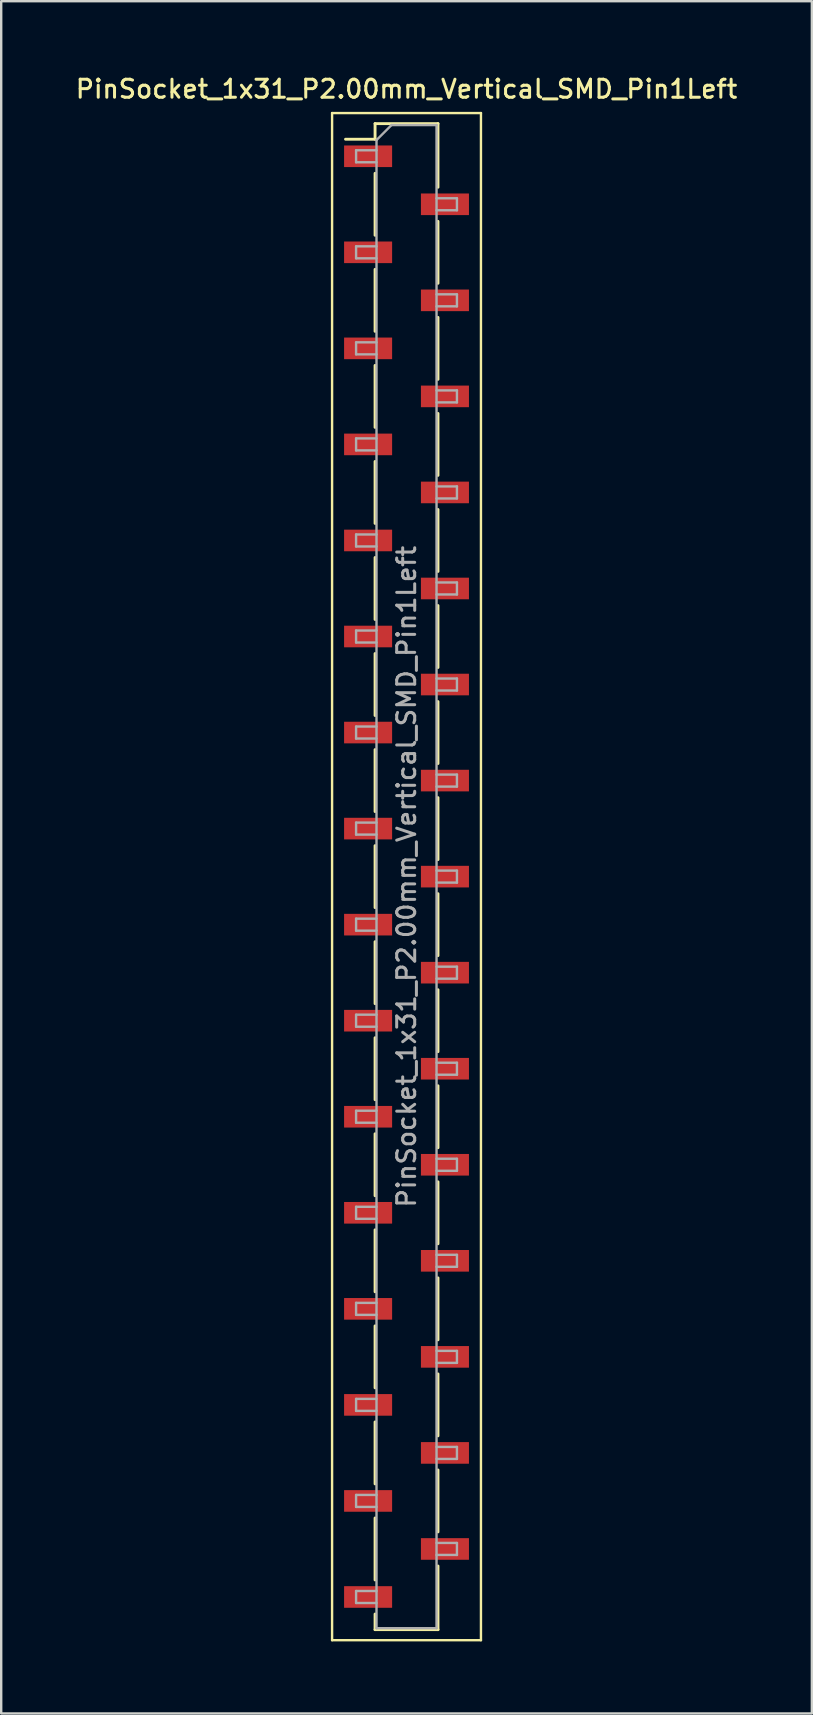
<source format=kicad_pcb>
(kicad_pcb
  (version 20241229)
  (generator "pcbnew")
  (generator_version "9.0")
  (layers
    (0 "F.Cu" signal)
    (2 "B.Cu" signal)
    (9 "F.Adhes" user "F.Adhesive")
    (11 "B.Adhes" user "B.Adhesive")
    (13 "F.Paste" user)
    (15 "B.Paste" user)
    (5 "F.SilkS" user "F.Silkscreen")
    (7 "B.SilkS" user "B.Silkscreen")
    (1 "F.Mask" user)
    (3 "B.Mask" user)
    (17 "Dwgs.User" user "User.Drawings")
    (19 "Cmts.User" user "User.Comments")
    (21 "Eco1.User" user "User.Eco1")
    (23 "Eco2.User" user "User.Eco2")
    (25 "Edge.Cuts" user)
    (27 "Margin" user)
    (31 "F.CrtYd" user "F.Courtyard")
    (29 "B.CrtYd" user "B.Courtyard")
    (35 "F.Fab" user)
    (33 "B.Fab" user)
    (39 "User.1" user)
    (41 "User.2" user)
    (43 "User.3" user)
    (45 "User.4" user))
  (footprint "PinSocket_1x31_P2.00mm_Vertical_SMD_Pin1Left"
    (layer "F.Cu")
    (at 13.88 33.458)
    (property "Reference" "PinSocket_1x31_P2.00mm_Vertical_SMD_Pin1Left" (at 0 -32.8 0) (layer "F.SilkS") (effects (font (size 0.75 0.75) (thickness 0.125))))
    (attr smd)
    (fp_line (start -3.1 -31.8) (end 3.1 -31.8) (stroke (width 0.1) (type solid)) (layer "F.SilkS"))
    (fp_line (start -3.1 31.8) (end -3.1 -31.8) (stroke (width 0.1) (type solid)) (layer "F.SilkS"))
    (fp_line (start -2.54 -30.71) (end -1.31 -30.71) (stroke (width 0.12) (type solid)) (layer "F.SilkS"))
    (fp_line (start -1.31 -31.36) (end -1.31 -30.71) (stroke (width 0.12) (type solid)) (layer "F.SilkS"))
    (fp_line (start -1.31 -31.36) (end 1.31 -31.36) (stroke (width 0.12) (type solid)) (layer "F.SilkS"))
    (fp_line (start -1.31 -29.29) (end -1.31 -26.71) (stroke (width 0.12) (type solid)) (layer "F.SilkS"))
    (fp_line (start -1.31 -25.29) (end -1.31 -22.71) (stroke (width 0.12) (type solid)) (layer "F.SilkS"))
    (fp_line (start -1.31 -21.29) (end -1.31 -18.71) (stroke (width 0.12) (type solid)) (layer "F.SilkS"))
    (fp_line (start -1.31 -17.29) (end -1.31 -14.71) (stroke (width 0.12) (type solid)) (layer "F.SilkS"))
    (fp_line (start -1.31 -13.29) (end -1.31 -10.71) (stroke (width 0.12) (type solid)) (layer "F.SilkS"))
    (fp_line (start -1.31 -9.29) (end -1.31 -6.71) (stroke (width 0.12) (type solid)) (layer "F.SilkS"))
    (fp_line (start -1.31 -5.29) (end -1.31 -2.71) (stroke (width 0.12) (type solid)) (layer "F.SilkS"))
    (fp_line (start -1.31 -1.29) (end -1.31 1.29) (stroke (width 0.12) (type solid)) (layer "F.SilkS"))
    (fp_line (start -1.31 2.71) (end -1.31 5.29) (stroke (width 0.12) (type solid)) (layer "F.SilkS"))
    (fp_line (start -1.31 6.71) (end -1.31 9.29) (stroke (width 0.12) (type solid)) (layer "F.SilkS"))
    (fp_line (start -1.31 10.71) (end -1.31 13.29) (stroke (width 0.12) (type solid)) (layer "F.SilkS"))
    (fp_line (start -1.31 14.71) (end -1.31 17.29) (stroke (width 0.12) (type solid)) (layer "F.SilkS"))
    (fp_line (start -1.31 18.71) (end -1.31 21.29) (stroke (width 0.12) (type solid)) (layer "F.SilkS"))
    (fp_line (start -1.31 22.71) (end -1.31 25.29) (stroke (width 0.12) (type solid)) (layer "F.SilkS"))
    (fp_line (start -1.31 26.71) (end -1.31 29.29) (stroke (width 0.12) (type solid)) (layer "F.SilkS"))
    (fp_line (start -1.31 30.71) (end -1.31 31.36) (stroke (width 0.12) (type solid)) (layer "F.SilkS"))
    (fp_line (start -1.31 31.36) (end 1.31 31.36) (stroke (width 0.12) (type solid)) (layer "F.SilkS"))
    (fp_line (start 1.31 -31.36) (end 1.31 -28.71) (stroke (width 0.12) (type solid)) (layer "F.SilkS"))
    (fp_line (start 1.31 -27.29) (end 1.31 -24.71) (stroke (width 0.12) (type solid)) (layer "F.SilkS"))
    (fp_line (start 1.31 -23.29) (end 1.31 -20.71) (stroke (width 0.12) (type solid)) (layer "F.SilkS"))
    (fp_line (start 1.31 -19.29) (end 1.31 -16.71) (stroke (width 0.12) (type solid)) (layer "F.SilkS"))
    (fp_line (start 1.31 -15.29) (end 1.31 -12.71) (stroke (width 0.12) (type solid)) (layer "F.SilkS"))
    (fp_line (start 1.31 -11.29) (end 1.31 -8.71) (stroke (width 0.12) (type solid)) (layer "F.SilkS"))
    (fp_line (start 1.31 -7.29) (end 1.31 -4.71) (stroke (width 0.12) (type solid)) (layer "F.SilkS"))
    (fp_line (start 1.31 -3.29) (end 1.31 -0.71) (stroke (width 0.12) (type solid)) (layer "F.SilkS"))
    (fp_line (start 1.31 0.71) (end 1.31 3.29) (stroke (width 0.12) (type solid)) (layer "F.SilkS"))
    (fp_line (start 1.31 4.71) (end 1.31 7.29) (stroke (width 0.12) (type solid)) (layer "F.SilkS"))
    (fp_line (start 1.31 8.71) (end 1.31 11.29) (stroke (width 0.12) (type solid)) (layer "F.SilkS"))
    (fp_line (start 1.31 12.71) (end 1.31 15.29) (stroke (width 0.12) (type solid)) (layer "F.SilkS"))
    (fp_line (start 1.31 16.71) (end 1.31 19.29) (stroke (width 0.12) (type solid)) (layer "F.SilkS"))
    (fp_line (start 1.31 20.71) (end 1.31 23.29) (stroke (width 0.12) (type solid)) (layer "F.SilkS"))
    (fp_line (start 1.31 24.71) (end 1.31 27.29) (stroke (width 0.12) (type solid)) (layer "F.SilkS"))
    (fp_line (start 1.31 28.71) (end 1.31 31.36) (stroke (width 0.12) (type solid)) (layer "F.SilkS"))
    (fp_line (start 3.1 -31.8) (end 3.1 31.8) (stroke (width 0.1) (type solid)) (layer "F.SilkS"))
    (fp_line (start 3.1 31.8) (end -3.1 31.8) (stroke (width 0.1) (type solid)) (layer "F.SilkS"))
    (fp_line (start -2.1 -30.25) (end -1.25 -30.25) (stroke (width 0.1) (type solid)) (layer "F.Fab"))
    (fp_line (start -2.1 -29.75) (end -2.1 -30.25) (stroke (width 0.1) (type solid)) (layer "F.Fab"))
    (fp_line (start -2.1 -26.25) (end -1.25 -26.25) (stroke (width 0.1) (type solid)) (layer "F.Fab"))
    (fp_line (start -2.1 -25.75) (end -2.1 -26.25) (stroke (width 0.1) (type solid)) (layer "F.Fab"))
    (fp_line (start -2.1 -22.25) (end -1.25 -22.25) (stroke (width 0.1) (type solid)) (layer "F.Fab"))
    (fp_line (start -2.1 -21.75) (end -2.1 -22.25) (stroke (width 0.1) (type solid)) (layer "F.Fab"))
    (fp_line (start -2.1 -18.25) (end -1.25 -18.25) (stroke (width 0.1) (type solid)) (layer "F.Fab"))
    (fp_line (start -2.1 -17.75) (end -2.1 -18.25) (stroke (width 0.1) (type solid)) (layer "F.Fab"))
    (fp_line (start -2.1 -14.25) (end -1.25 -14.25) (stroke (width 0.1) (type solid)) (layer "F.Fab"))
    (fp_line (start -2.1 -13.75) (end -2.1 -14.25) (stroke (width 0.1) (type solid)) (layer "F.Fab"))
    (fp_line (start -2.1 -10.25) (end -1.25 -10.25) (stroke (width 0.1) (type solid)) (layer "F.Fab"))
    (fp_line (start -2.1 -9.75) (end -2.1 -10.25) (stroke (width 0.1) (type solid)) (layer "F.Fab"))
    (fp_line (start -2.1 -6.25) (end -1.25 -6.25) (stroke (width 0.1) (type solid)) (layer "F.Fab"))
    (fp_line (start -2.1 -5.75) (end -2.1 -6.25) (stroke (width 0.1) (type solid)) (layer "F.Fab"))
    (fp_line (start -2.1 -2.25) (end -1.25 -2.25) (stroke (width 0.1) (type solid)) (layer "F.Fab"))
    (fp_line (start -2.1 -1.75) (end -2.1 -2.25) (stroke (width 0.1) (type solid)) (layer "F.Fab"))
    (fp_line (start -2.1 1.75) (end -1.25 1.75) (stroke (width 0.1) (type solid)) (layer "F.Fab"))
    (fp_line (start -2.1 2.25) (end -2.1 1.75) (stroke (width 0.1) (type solid)) (layer "F.Fab"))
    (fp_line (start -2.1 5.75) (end -1.25 5.75) (stroke (width 0.1) (type solid)) (layer "F.Fab"))
    (fp_line (start -2.1 6.25) (end -2.1 5.75) (stroke (width 0.1) (type solid)) (layer "F.Fab"))
    (fp_line (start -2.1 9.75) (end -1.25 9.75) (stroke (width 0.1) (type solid)) (layer "F.Fab"))
    (fp_line (start -2.1 10.25) (end -2.1 9.75) (stroke (width 0.1) (type solid)) (layer "F.Fab"))
    (fp_line (start -2.1 13.75) (end -1.25 13.75) (stroke (width 0.1) (type solid)) (layer "F.Fab"))
    (fp_line (start -2.1 14.25) (end -2.1 13.75) (stroke (width 0.1) (type solid)) (layer "F.Fab"))
    (fp_line (start -2.1 17.75) (end -1.25 17.75) (stroke (width 0.1) (type solid)) (layer "F.Fab"))
    (fp_line (start -2.1 18.25) (end -2.1 17.75) (stroke (width 0.1) (type solid)) (layer "F.Fab"))
    (fp_line (start -2.1 21.75) (end -1.25 21.75) (stroke (width 0.1) (type solid)) (layer "F.Fab"))
    (fp_line (start -2.1 22.25) (end -2.1 21.75) (stroke (width 0.1) (type solid)) (layer "F.Fab"))
    (fp_line (start -2.1 25.75) (end -1.25 25.75) (stroke (width 0.1) (type solid)) (layer "F.Fab"))
    (fp_line (start -2.1 26.25) (end -2.1 25.75) (stroke (width 0.1) (type solid)) (layer "F.Fab"))
    (fp_line (start -2.1 29.75) (end -1.25 29.75) (stroke (width 0.1) (type solid)) (layer "F.Fab"))
    (fp_line (start -2.1 30.25) (end -2.1 29.75) (stroke (width 0.1) (type solid)) (layer "F.Fab"))
    (fp_line (start -1.25 -30.675) (end -0.625 -31.3) (stroke (width 0.1) (type solid)) (layer "F.Fab"))
    (fp_line (start -1.25 -29.75) (end -2.1 -29.75) (stroke (width 0.1) (type solid)) (layer "F.Fab"))
    (fp_line (start -1.25 -25.75) (end -2.1 -25.75) (stroke (width 0.1) (type solid)) (layer "F.Fab"))
    (fp_line (start -1.25 -21.75) (end -2.1 -21.75) (stroke (width 0.1) (type solid)) (layer "F.Fab"))
    (fp_line (start -1.25 -17.75) (end -2.1 -17.75) (stroke (width 0.1) (type solid)) (layer "F.Fab"))
    (fp_line (start -1.25 -13.75) (end -2.1 -13.75) (stroke (width 0.1) (type solid)) (layer "F.Fab"))
    (fp_line (start -1.25 -9.75) (end -2.1 -9.75) (stroke (width 0.1) (type solid)) (layer "F.Fab"))
    (fp_line (start -1.25 -5.75) (end -2.1 -5.75) (stroke (width 0.1) (type solid)) (layer "F.Fab"))
    (fp_line (start -1.25 -1.75) (end -2.1 -1.75) (stroke (width 0.1) (type solid)) (layer "F.Fab"))
    (fp_line (start -1.25 2.25) (end -2.1 2.25) (stroke (width 0.1) (type solid)) (layer "F.Fab"))
    (fp_line (start -1.25 6.25) (end -2.1 6.25) (stroke (width 0.1) (type solid)) (layer "F.Fab"))
    (fp_line (start -1.25 10.25) (end -2.1 10.25) (stroke (width 0.1) (type solid)) (layer "F.Fab"))
    (fp_line (start -1.25 14.25) (end -2.1 14.25) (stroke (width 0.1) (type solid)) (layer "F.Fab"))
    (fp_line (start -1.25 18.25) (end -2.1 18.25) (stroke (width 0.1) (type solid)) (layer "F.Fab"))
    (fp_line (start -1.25 22.25) (end -2.1 22.25) (stroke (width 0.1) (type solid)) (layer "F.Fab"))
    (fp_line (start -1.25 26.25) (end -2.1 26.25) (stroke (width 0.1) (type solid)) (layer "F.Fab"))
    (fp_line (start -1.25 30.25) (end -2.1 30.25) (stroke (width 0.1) (type solid)) (layer "F.Fab"))
    (fp_line (start -1.25 31.3) (end -1.25 -30.675) (stroke (width 0.1) (type solid)) (layer "F.Fab"))
    (fp_line (start -0.625 -31.3) (end 1.25 -31.3) (stroke (width 0.1) (type solid)) (layer "F.Fab"))
    (fp_line (start 1.25 -31.3) (end 1.25 31.3) (stroke (width 0.1) (type solid)) (layer "F.Fab"))
    (fp_line (start 1.25 -28.25) (end 2.1 -28.25) (stroke (width 0.1) (type solid)) (layer "F.Fab"))
    (fp_line (start 1.25 -24.25) (end 2.1 -24.25) (stroke (width 0.1) (type solid)) (layer "F.Fab"))
    (fp_line (start 1.25 -20.25) (end 2.1 -20.25) (stroke (width 0.1) (type solid)) (layer "F.Fab"))
    (fp_line (start 1.25 -16.25) (end 2.1 -16.25) (stroke (width 0.1) (type solid)) (layer "F.Fab"))
    (fp_line (start 1.25 -12.25) (end 2.1 -12.25) (stroke (width 0.1) (type solid)) (layer "F.Fab"))
    (fp_line (start 1.25 -8.25) (end 2.1 -8.25) (stroke (width 0.1) (type solid)) (layer "F.Fab"))
    (fp_line (start 1.25 -4.25) (end 2.1 -4.25) (stroke (width 0.1) (type solid)) (layer "F.Fab"))
    (fp_line (start 1.25 -0.25) (end 2.1 -0.25) (stroke (width 0.1) (type solid)) (layer "F.Fab"))
    (fp_line (start 1.25 3.75) (end 2.1 3.75) (stroke (width 0.1) (type solid)) (layer "F.Fab"))
    (fp_line (start 1.25 7.75) (end 2.1 7.75) (stroke (width 0.1) (type solid)) (layer "F.Fab"))
    (fp_line (start 1.25 11.75) (end 2.1 11.75) (stroke (width 0.1) (type solid)) (layer "F.Fab"))
    (fp_line (start 1.25 15.75) (end 2.1 15.75) (stroke (width 0.1) (type solid)) (layer "F.Fab"))
    (fp_line (start 1.25 19.75) (end 2.1 19.75) (stroke (width 0.1) (type solid)) (layer "F.Fab"))
    (fp_line (start 1.25 23.75) (end 2.1 23.75) (stroke (width 0.1) (type solid)) (layer "F.Fab"))
    (fp_line (start 1.25 27.75) (end 2.1 27.75) (stroke (width 0.1) (type solid)) (layer "F.Fab"))
    (fp_line (start 1.25 31.3) (end -1.25 31.3) (stroke (width 0.1) (type solid)) (layer "F.Fab"))
    (fp_line (start 2.1 -28.25) (end 2.1 -27.75) (stroke (width 0.1) (type solid)) (layer "F.Fab"))
    (fp_line (start 2.1 -27.75) (end 1.25 -27.75) (stroke (width 0.1) (type solid)) (layer "F.Fab"))
    (fp_line (start 2.1 -24.25) (end 2.1 -23.75) (stroke (width 0.1) (type solid)) (layer "F.Fab"))
    (fp_line (start 2.1 -23.75) (end 1.25 -23.75) (stroke (width 0.1) (type solid)) (layer "F.Fab"))
    (fp_line (start 2.1 -20.25) (end 2.1 -19.75) (stroke (width 0.1) (type solid)) (layer "F.Fab"))
    (fp_line (start 2.1 -19.75) (end 1.25 -19.75) (stroke (width 0.1) (type solid)) (layer "F.Fab"))
    (fp_line (start 2.1 -16.25) (end 2.1 -15.75) (stroke (width 0.1) (type solid)) (layer "F.Fab"))
    (fp_line (start 2.1 -15.75) (end 1.25 -15.75) (stroke (width 0.1) (type solid)) (layer "F.Fab"))
    (fp_line (start 2.1 -12.25) (end 2.1 -11.75) (stroke (width 0.1) (type solid)) (layer "F.Fab"))
    (fp_line (start 2.1 -11.75) (end 1.25 -11.75) (stroke (width 0.1) (type solid)) (layer "F.Fab"))
    (fp_line (start 2.1 -8.25) (end 2.1 -7.75) (stroke (width 0.1) (type solid)) (layer "F.Fab"))
    (fp_line (start 2.1 -7.75) (end 1.25 -7.75) (stroke (width 0.1) (type solid)) (layer "F.Fab"))
    (fp_line (start 2.1 -4.25) (end 2.1 -3.75) (stroke (width 0.1) (type solid)) (layer "F.Fab"))
    (fp_line (start 2.1 -3.75) (end 1.25 -3.75) (stroke (width 0.1) (type solid)) (layer "F.Fab"))
    (fp_line (start 2.1 -0.25) (end 2.1 0.25) (stroke (width 0.1) (type solid)) (layer "F.Fab"))
    (fp_line (start 2.1 0.25) (end 1.25 0.25) (stroke (width 0.1) (type solid)) (layer "F.Fab"))
    (fp_line (start 2.1 3.75) (end 2.1 4.25) (stroke (width 0.1) (type solid)) (layer "F.Fab"))
    (fp_line (start 2.1 4.25) (end 1.25 4.25) (stroke (width 0.1) (type solid)) (layer "F.Fab"))
    (fp_line (start 2.1 7.75) (end 2.1 8.25) (stroke (width 0.1) (type solid)) (layer "F.Fab"))
    (fp_line (start 2.1 8.25) (end 1.25 8.25) (stroke (width 0.1) (type solid)) (layer "F.Fab"))
    (fp_line (start 2.1 11.75) (end 2.1 12.25) (stroke (width 0.1) (type solid)) (layer "F.Fab"))
    (fp_line (start 2.1 12.25) (end 1.25 12.25) (stroke (width 0.1) (type solid)) (layer "F.Fab"))
    (fp_line (start 2.1 15.75) (end 2.1 16.25) (stroke (width 0.1) (type solid)) (layer "F.Fab"))
    (fp_line (start 2.1 16.25) (end 1.25 16.25) (stroke (width 0.1) (type solid)) (layer "F.Fab"))
    (fp_line (start 2.1 19.75) (end 2.1 20.25) (stroke (width 0.1) (type solid)) (layer "F.Fab"))
    (fp_line (start 2.1 20.25) (end 1.25 20.25) (stroke (width 0.1) (type solid)) (layer "F.Fab"))
    (fp_line (start 2.1 23.75) (end 2.1 24.25) (stroke (width 0.1) (type solid)) (layer "F.Fab"))
    (fp_line (start 2.1 24.25) (end 1.25 24.25) (stroke (width 0.1) (type solid)) (layer "F.Fab"))
    (fp_line (start 2.1 27.75) (end 2.1 28.25) (stroke (width 0.1) (type solid)) (layer "F.Fab"))
    (fp_line (start 2.1 28.25) (end 1.25 28.25) (stroke (width 0.1) (type solid)) (layer "F.Fab"))
    (fp_text user "${REFERENCE}" (at 0 0 90) (layer "F.Fab") (effects (font (size 0.75 0.75) (thickness 0.125))))
    (pad "1" smd rect (at -1.6 -30) (size 2 0.9) (layers "F.Cu" "F.Mask" "F.Paste"))
    (pad "2" smd rect (at 1.6 -28) (size 2 0.9) (layers "F.Cu" "F.Mask" "F.Paste"))
    (pad "3" smd rect (at -1.6 -26) (size 2 0.9) (layers "F.Cu" "F.Mask" "F.Paste"))
    (pad "4" smd rect (at 1.6 -24) (size 2 0.9) (layers "F.Cu" "F.Mask" "F.Paste"))
    (pad "5" smd rect (at -1.6 -22) (size 2 0.9) (layers "F.Cu" "F.Mask" "F.Paste"))
    (pad "6" smd rect (at 1.6 -20) (size 2 0.9) (layers "F.Cu" "F.Mask" "F.Paste"))
    (pad "7" smd rect (at -1.6 -18) (size 2 0.9) (layers "F.Cu" "F.Mask" "F.Paste"))
    (pad "8" smd rect (at 1.6 -16) (size 2 0.9) (layers "F.Cu" "F.Mask" "F.Paste"))
    (pad "9" smd rect (at -1.6 -14) (size 2 0.9) (layers "F.Cu" "F.Mask" "F.Paste"))
    (pad "10" smd rect (at 1.6 -12) (size 2 0.9) (layers "F.Cu" "F.Mask" "F.Paste"))
    (pad "11" smd rect (at -1.6 -10) (size 2 0.9) (layers "F.Cu" "F.Mask" "F.Paste"))
    (pad "12" smd rect (at 1.6 -8) (size 2 0.9) (layers "F.Cu" "F.Mask" "F.Paste"))
    (pad "13" smd rect (at -1.6 -6) (size 2 0.9) (layers "F.Cu" "F.Mask" "F.Paste"))
    (pad "14" smd rect (at 1.6 -4) (size 2 0.9) (layers "F.Cu" "F.Mask" "F.Paste"))
    (pad "15" smd rect (at -1.6 -2) (size 2 0.9) (layers "F.Cu" "F.Mask" "F.Paste"))
    (pad "16" smd rect (at 1.6 0) (size 2 0.9) (layers "F.Cu" "F.Mask" "F.Paste"))
    (pad "17" smd rect (at -1.6 2) (size 2 0.9) (layers "F.Cu" "F.Mask" "F.Paste"))
    (pad "18" smd rect (at 1.6 4) (size 2 0.9) (layers "F.Cu" "F.Mask" "F.Paste"))
    (pad "19" smd rect (at -1.6 6) (size 2 0.9) (layers "F.Cu" "F.Mask" "F.Paste"))
    (pad "20" smd rect (at 1.6 8) (size 2 0.9) (layers "F.Cu" "F.Mask" "F.Paste"))
    (pad "21" smd rect (at -1.6 10) (size 2 0.9) (layers "F.Cu" "F.Mask" "F.Paste"))
    (pad "22" smd rect (at 1.6 12) (size 2 0.9) (layers "F.Cu" "F.Mask" "F.Paste"))
    (pad "23" smd rect (at -1.6 14) (size 2 0.9) (layers "F.Cu" "F.Mask" "F.Paste"))
    (pad "24" smd rect (at 1.6 16) (size 2 0.9) (layers "F.Cu" "F.Mask" "F.Paste"))
    (pad "25" smd rect (at -1.6 18) (size 2 0.9) (layers "F.Cu" "F.Mask" "F.Paste"))
    (pad "26" smd rect (at 1.6 20) (size 2 0.9) (layers "F.Cu" "F.Mask" "F.Paste"))
    (pad "27" smd rect (at -1.6 22) (size 2 0.9) (layers "F.Cu" "F.Mask" "F.Paste"))
    (pad "28" smd rect (at 1.6 24) (size 2 0.9) (layers "F.Cu" "F.Mask" "F.Paste"))
    (pad "29" smd rect (at -1.6 26) (size 2 0.9) (layers "F.Cu" "F.Mask" "F.Paste"))
    (pad "30" smd rect (at 1.6 28) (size 2 0.9) (layers "F.Cu" "F.Mask" "F.Paste"))
    (pad "31" smd rect (at -1.6 30) (size 2 0.9) (layers "F.Cu" "F.Mask" "F.Paste")))
  (gr_rect
    (start -3 -3)
    (end 30.761 68.308)
    (stroke (width 0.1) (type default))
    (fill no)
    (layer "Edge.Cuts")))
</source>
